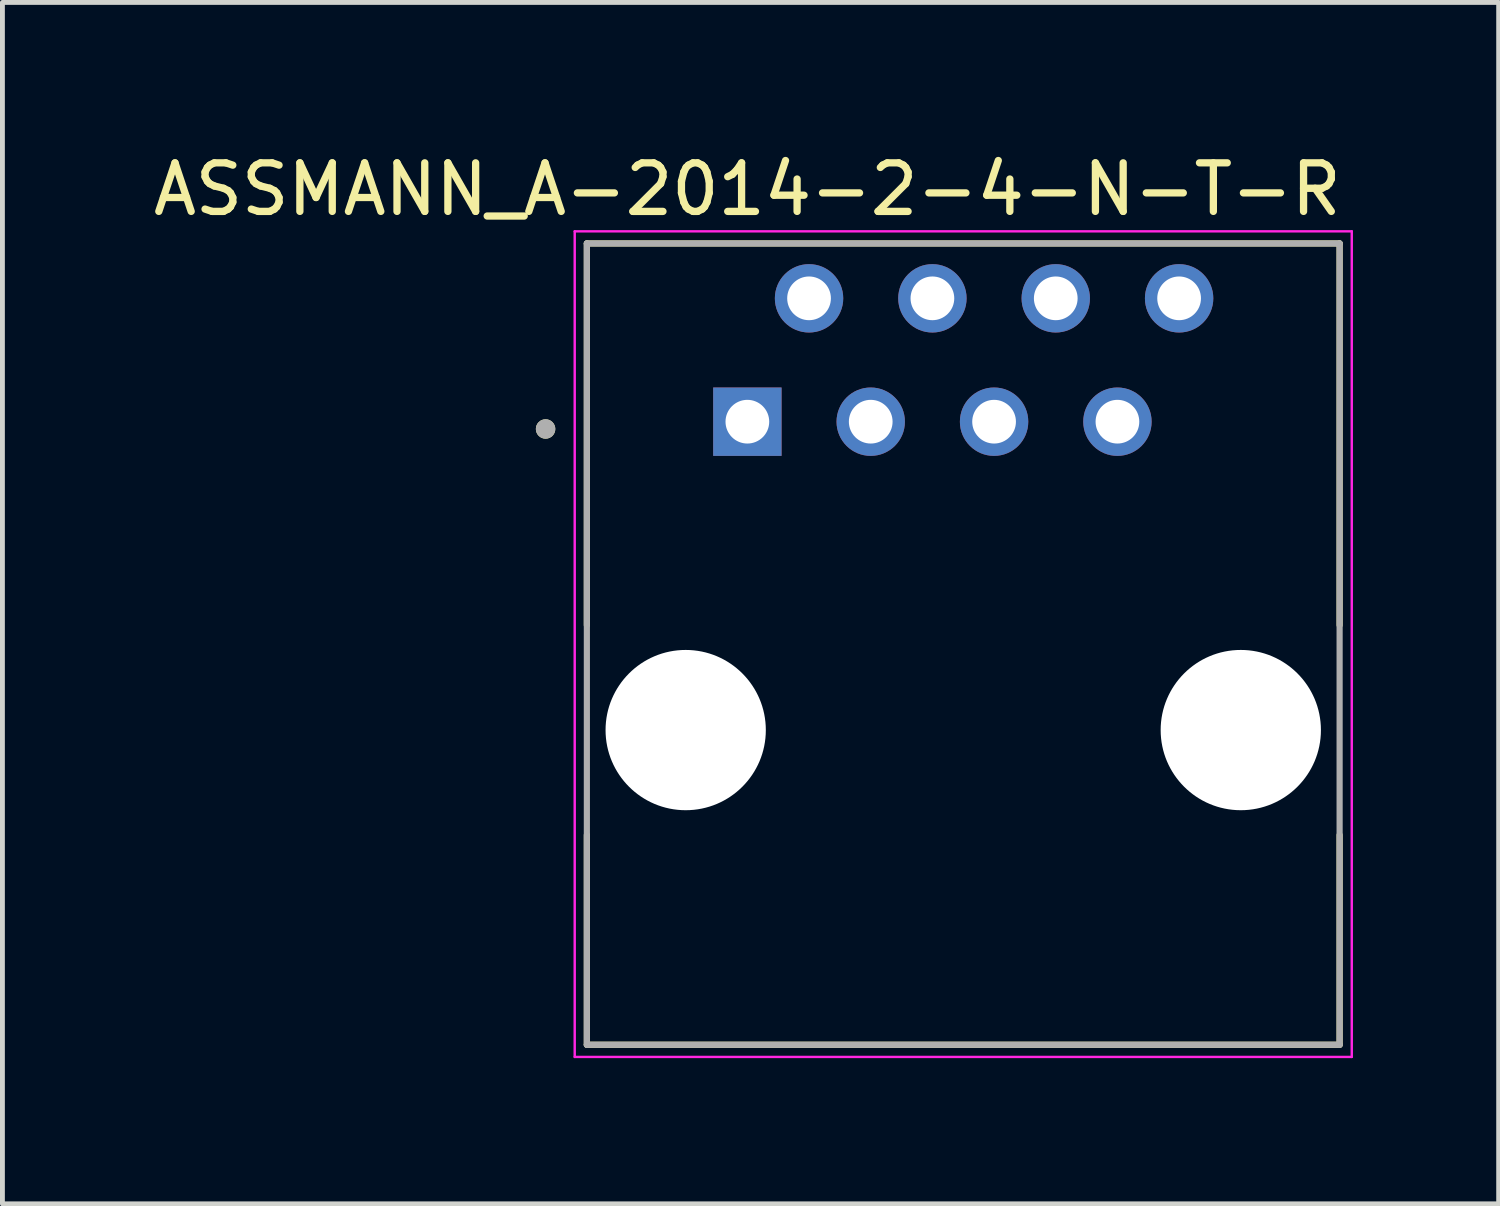
<source format=kicad_pcb>
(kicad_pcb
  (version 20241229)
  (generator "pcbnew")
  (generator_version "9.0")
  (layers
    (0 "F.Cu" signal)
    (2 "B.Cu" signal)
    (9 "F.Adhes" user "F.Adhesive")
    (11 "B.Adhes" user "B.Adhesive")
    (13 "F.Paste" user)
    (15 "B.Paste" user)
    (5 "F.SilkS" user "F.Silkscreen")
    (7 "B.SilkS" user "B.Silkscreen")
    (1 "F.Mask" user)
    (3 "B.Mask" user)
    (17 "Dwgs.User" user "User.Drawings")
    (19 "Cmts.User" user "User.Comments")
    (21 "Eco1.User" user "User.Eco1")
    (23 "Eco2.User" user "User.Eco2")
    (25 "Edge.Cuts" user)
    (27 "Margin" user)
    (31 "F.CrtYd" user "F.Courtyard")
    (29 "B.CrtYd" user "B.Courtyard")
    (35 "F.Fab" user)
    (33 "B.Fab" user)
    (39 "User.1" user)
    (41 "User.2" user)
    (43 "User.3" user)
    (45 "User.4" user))
  (footprint "ASSMANN_A-2014-2-4-N-T-R"
    (layer "F.Cu")
    (at 16.784 11.983)
    (property "Reference" "ASSMANN_A-2014-2-4-N-T-R" (at -4.445 -11.135 0) (layer "F.SilkS") (effects (font (size 1 1) (thickness 0.15))))
    (attr through_hole)
    (fp_line (start -7.75 -10.02) (end 7.75 -10.02) (stroke (width 0.127) (type solid)) (layer "F.SilkS"))
    (fp_line (start -7.75 -2.16) (end -7.75 -10.02) (stroke (width 0.127) (type solid)) (layer "F.SilkS"))
    (fp_line (start -7.75 6.48) (end -7.75 2.16) (stroke (width 0.127) (type solid)) (layer "F.SilkS"))
    (fp_line (start 7.75 -10.02) (end 7.75 -2.16) (stroke (width 0.127) (type solid)) (layer "F.SilkS"))
    (fp_line (start 7.75 2.16) (end 7.75 6.48) (stroke (width 0.127) (type solid)) (layer "F.SilkS"))
    (fp_line (start 7.75 6.48) (end -7.75 6.48) (stroke (width 0.127) (type solid)) (layer "F.SilkS"))
    (fp_circle (center -8.6 -6.2) (end -8.5 -6.2) (stroke (width 0.2) (type solid)) (fill no) (layer "F.SilkS"))
    (fp_line (start -8 -10.27) (end 8 -10.27) (stroke (width 0.05) (type solid)) (layer "F.CrtYd"))
    (fp_line (start -8 6.73) (end -8 -10.27) (stroke (width 0.05) (type solid)) (layer "F.CrtYd"))
    (fp_line (start 8 -10.27) (end 8 6.73) (stroke (width 0.05) (type solid)) (layer "F.CrtYd"))
    (fp_line (start 8 6.73) (end -8 6.73) (stroke (width 0.05) (type solid)) (layer "F.CrtYd"))
    (fp_line (start -7.75 -10.02) (end 7.75 -10.02) (stroke (width 0.127) (type solid)) (layer "F.Fab"))
    (fp_line (start -7.75 6.48) (end -7.75 -10.02) (stroke (width 0.127) (type solid)) (layer "F.Fab"))
    (fp_line (start 7.75 -10.02) (end 7.75 6.48) (stroke (width 0.127) (type solid)) (layer "F.Fab"))
    (fp_line (start 7.75 6.48) (end -7.75 6.48) (stroke (width 0.127) (type solid)) (layer "F.Fab"))
    (fp_circle (center -8.6 -6.2) (end -8.5 -6.2) (stroke (width 0.2) (type solid)) (fill no) (layer "F.Fab"))
    (pad "" np_thru_hole circle (at -5.715 0) (size 3.3 3.3) (drill 3.3) (layers "*.Cu" "*.Mask"))
    (pad "" np_thru_hole circle (at 5.715 0) (size 3.3 3.3) (drill 3.3) (layers "*.Cu" "*.Mask"))
    (pad "1" thru_hole rect (at -4.445 -6.35) (size 1.408 1.408) (drill 0.9) (layers "*.Cu" "*.Mask"))
    (pad "2" thru_hole circle (at -3.175 -8.89) (size 1.408 1.408) (drill 0.9) (layers "*.Cu" "*.Mask"))
    (pad "3" thru_hole circle (at -1.905 -6.35) (size 1.408 1.408) (drill 0.9) (layers "*.Cu" "*.Mask"))
    (pad "4" thru_hole circle (at -0.635 -8.89) (size 1.408 1.408) (drill 0.9) (layers "*.Cu" "*.Mask"))
    (pad "5" thru_hole circle (at 0.635 -6.35) (size 1.408 1.408) (drill 0.9) (layers "*.Cu" "*.Mask"))
    (pad "6" thru_hole circle (at 1.905 -8.89) (size 1.408 1.408) (drill 0.9) (layers "*.Cu" "*.Mask"))
    (pad "7" thru_hole circle (at 3.175 -6.35) (size 1.408 1.408) (drill 0.9) (layers "*.Cu" "*.Mask"))
    (pad "8" thru_hole circle (at 4.445 -8.89) (size 1.408 1.408) (drill 0.9) (layers "*.Cu" "*.Mask")))
  (gr_rect
    (start -3 -3)
    (end 27.809 21.738)
    (stroke (width 0.1) (type default))
    (fill no)
    (layer "Edge.Cuts")))
</source>
